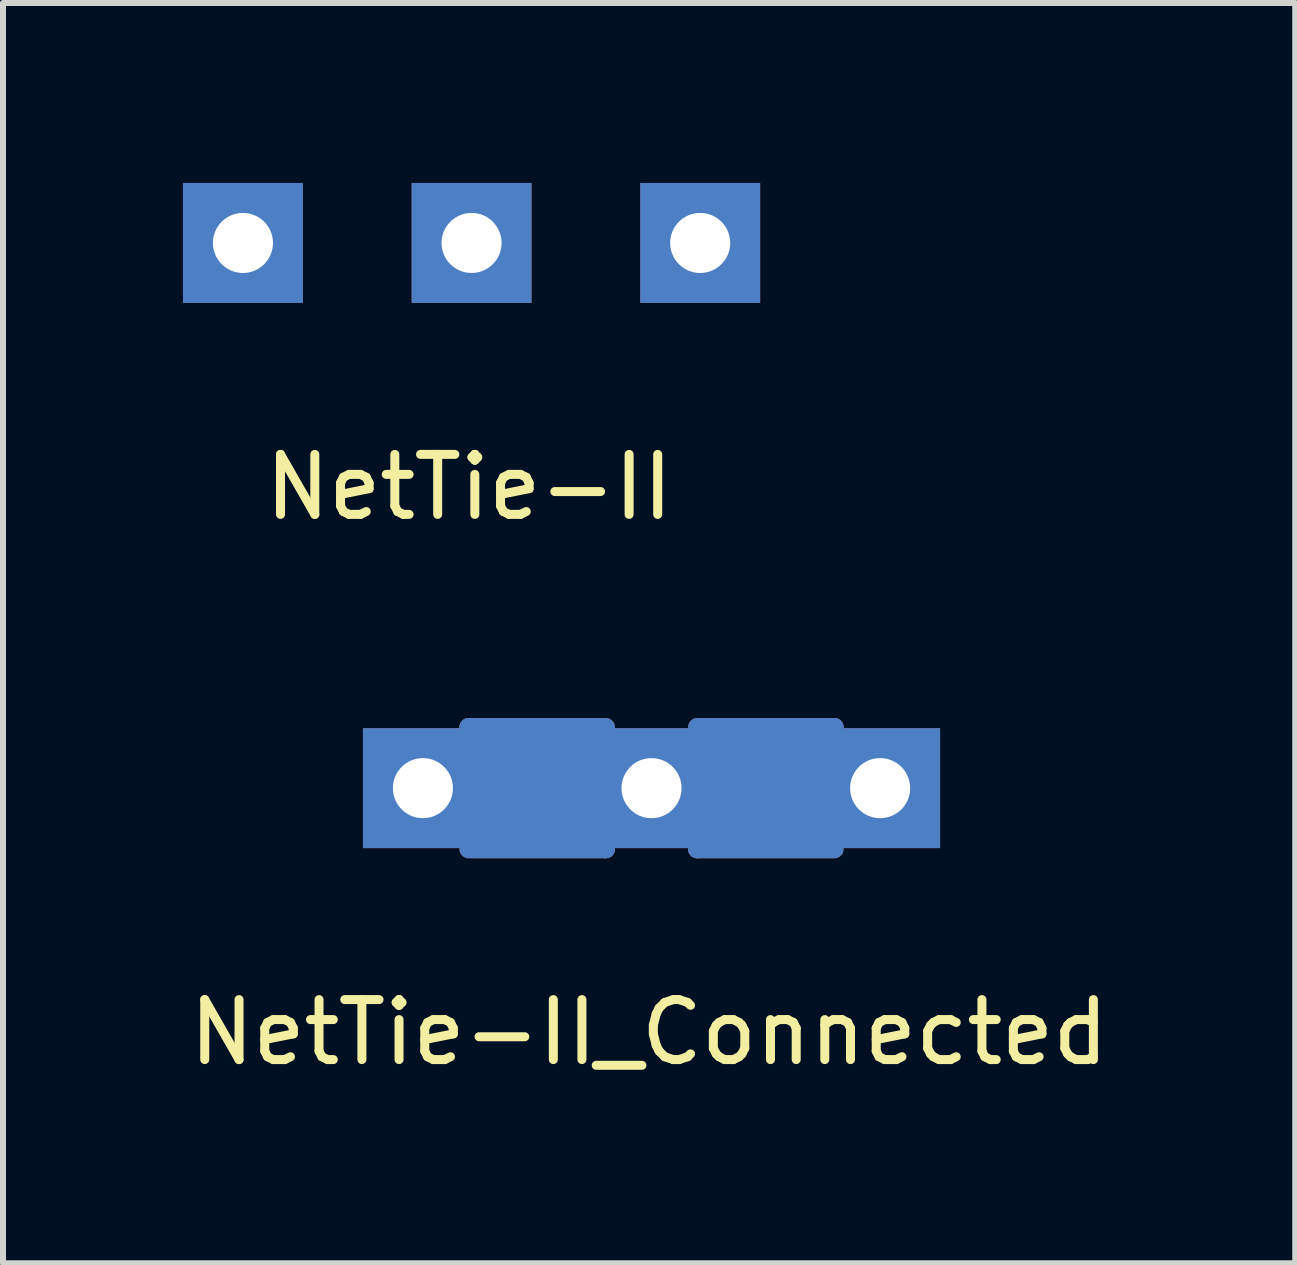
<source format=kicad_pcb>
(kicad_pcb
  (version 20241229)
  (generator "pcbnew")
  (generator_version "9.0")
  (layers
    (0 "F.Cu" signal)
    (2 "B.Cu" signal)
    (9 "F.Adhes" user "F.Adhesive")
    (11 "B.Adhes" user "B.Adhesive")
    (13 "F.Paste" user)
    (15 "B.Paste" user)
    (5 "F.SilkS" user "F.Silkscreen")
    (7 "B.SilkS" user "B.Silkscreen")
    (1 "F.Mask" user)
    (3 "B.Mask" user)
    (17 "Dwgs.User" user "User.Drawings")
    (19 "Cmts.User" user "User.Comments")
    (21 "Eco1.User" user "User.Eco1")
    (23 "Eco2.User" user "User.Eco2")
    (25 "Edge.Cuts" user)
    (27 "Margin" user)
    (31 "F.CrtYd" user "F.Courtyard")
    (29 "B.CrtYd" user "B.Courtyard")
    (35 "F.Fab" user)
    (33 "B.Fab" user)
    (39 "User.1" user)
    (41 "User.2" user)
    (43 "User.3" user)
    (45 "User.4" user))
  (footprint "NetTie-II_Connected"
    (layer "F.Cu")
    (at 7.808 10.085)
    (property "Reference" "NetTie-II_Connected" (at -0.041 4.069 0) (layer "F.SilkS") (effects (font (size 1 1) (thickness 0.15))))
    (attr through_hole)
    (fp_line (start -3.048 -1.016) (end -0.762 -1.016) (stroke (width 0.305) (type solid)) (layer "F.Cu"))
    (fp_line (start -3.048 -0.762) (end -3.048 -1.016) (stroke (width 0.305) (type solid)) (layer "F.Cu"))
    (fp_line (start -3.048 -0.508) (end -0.762 -0.508) (stroke (width 0.305) (type solid)) (layer "F.Cu"))
    (fp_line (start -3.048 -0.254) (end -3.048 -0.508) (stroke (width 0.305) (type solid)) (layer "F.Cu"))
    (fp_line (start -3.048 0) (end -0.762 0) (stroke (width 0.305) (type solid)) (layer "F.Cu"))
    (fp_line (start -3.048 0.254) (end -3.048 0) (stroke (width 0.305) (type solid)) (layer "F.Cu"))
    (fp_line (start -3.048 0.508) (end -0.762 0.508) (stroke (width 0.305) (type solid)) (layer "F.Cu"))
    (fp_line (start -3.048 0.762) (end -3.048 0.508) (stroke (width 0.305) (type solid)) (layer "F.Cu"))
    (fp_line (start -3.048 1.016) (end -0.762 1.016) (stroke (width 0.305) (type solid)) (layer "F.Cu"))
    (fp_line (start -0.762 -0.762) (end -3.048 -0.762) (stroke (width 0.305) (type solid)) (layer "F.Cu"))
    (fp_line (start -0.762 -0.508) (end -0.762 -0.762) (stroke (width 0.305) (type solid)) (layer "F.Cu"))
    (fp_line (start -0.762 -0.254) (end -3.048 -0.254) (stroke (width 0.305) (type solid)) (layer "F.Cu"))
    (fp_line (start -0.762 0) (end -0.762 -0.254) (stroke (width 0.305) (type solid)) (layer "F.Cu"))
    (fp_line (start -0.762 0.254) (end -3.048 0.254) (stroke (width 0.305) (type solid)) (layer "F.Cu"))
    (fp_line (start -0.762 0.508) (end -0.762 0.254) (stroke (width 0.305) (type solid)) (layer "F.Cu"))
    (fp_line (start -0.762 0.762) (end -3.048 0.762) (stroke (width 0.305) (type solid)) (layer "F.Cu"))
    (fp_line (start -0.762 1.016) (end -0.762 0.762) (stroke (width 0.305) (type solid)) (layer "F.Cu"))
    (fp_line (start 0.762 -1.016) (end 3.048 -1.016) (stroke (width 0.305) (type solid)) (layer "F.Cu"))
    (fp_line (start 0.762 -0.762) (end 0.762 -0.508) (stroke (width 0.305) (type solid)) (layer "F.Cu"))
    (fp_line (start 0.762 -0.508) (end 3.048 -0.508) (stroke (width 0.305) (type solid)) (layer "F.Cu"))
    (fp_line (start 0.762 -0.254) (end 0.762 0) (stroke (width 0.305) (type solid)) (layer "F.Cu"))
    (fp_line (start 0.762 0) (end 3.048 0) (stroke (width 0.305) (type solid)) (layer "F.Cu"))
    (fp_line (start 0.762 0.254) (end 0.762 0.508) (stroke (width 0.305) (type solid)) (layer "F.Cu"))
    (fp_line (start 0.762 0.508) (end 3.048 0.508) (stroke (width 0.305) (type solid)) (layer "F.Cu"))
    (fp_line (start 0.762 0.762) (end 0.762 1.016) (stroke (width 0.305) (type solid)) (layer "F.Cu"))
    (fp_line (start 0.762 1.016) (end 3.048 1.016) (stroke (width 0.305) (type solid)) (layer "F.Cu"))
    (fp_line (start 3.048 -1.016) (end 3.048 -0.762) (stroke (width 0.305) (type solid)) (layer "F.Cu"))
    (fp_line (start 3.048 -0.762) (end 0.762 -0.762) (stroke (width 0.305) (type solid)) (layer "F.Cu"))
    (fp_line (start 3.048 -0.508) (end 3.048 -0.254) (stroke (width 0.305) (type solid)) (layer "F.Cu"))
    (fp_line (start 3.048 -0.254) (end 0.762 -0.254) (stroke (width 0.305) (type solid)) (layer "F.Cu"))
    (fp_line (start 3.048 0) (end 3.048 0.254) (stroke (width 0.305) (type solid)) (layer "F.Cu"))
    (fp_line (start 3.048 0.254) (end 0.762 0.254) (stroke (width 0.305) (type solid)) (layer "F.Cu"))
    (fp_line (start 3.048 0.508) (end 3.048 0.762) (stroke (width 0.305) (type solid)) (layer "F.Cu"))
    (fp_line (start 3.048 0.762) (end 0.762 0.762) (stroke (width 0.305) (type solid)) (layer "F.Cu"))
    (fp_line (start -3.048 -1.016) (end -0.762 -1.016) (stroke (width 0.305) (type solid)) (layer "B.Cu"))
    (fp_line (start -3.048 -0.762) (end -3.048 -1.016) (stroke (width 0.305) (type solid)) (layer "B.Cu"))
    (fp_line (start -3.048 -0.508) (end -0.762 -0.508) (stroke (width 0.305) (type solid)) (layer "B.Cu"))
    (fp_line (start -3.048 -0.254) (end -3.048 -0.508) (stroke (width 0.305) (type solid)) (layer "B.Cu"))
    (fp_line (start -3.048 0) (end -0.762 0) (stroke (width 0.305) (type solid)) (layer "B.Cu"))
    (fp_line (start -3.048 0.254) (end -3.048 0) (stroke (width 0.305) (type solid)) (layer "B.Cu"))
    (fp_line (start -3.048 0.508) (end -0.762 0.508) (stroke (width 0.305) (type solid)) (layer "B.Cu"))
    (fp_line (start -3.048 0.762) (end -3.048 0.508) (stroke (width 0.305) (type solid)) (layer "B.Cu"))
    (fp_line (start -3.048 1.016) (end -0.762 1.016) (stroke (width 0.305) (type solid)) (layer "B.Cu"))
    (fp_line (start -0.762 -0.762) (end -3.048 -0.762) (stroke (width 0.305) (type solid)) (layer "B.Cu"))
    (fp_line (start -0.762 -0.508) (end -0.762 -0.762) (stroke (width 0.305) (type solid)) (layer "B.Cu"))
    (fp_line (start -0.762 -0.254) (end -3.048 -0.254) (stroke (width 0.305) (type solid)) (layer "B.Cu"))
    (fp_line (start -0.762 0) (end -0.762 -0.254) (stroke (width 0.305) (type solid)) (layer "B.Cu"))
    (fp_line (start -0.762 0.254) (end -3.048 0.254) (stroke (width 0.305) (type solid)) (layer "B.Cu"))
    (fp_line (start -0.762 0.508) (end -0.762 0.254) (stroke (width 0.305) (type solid)) (layer "B.Cu"))
    (fp_line (start -0.762 0.762) (end -3.048 0.762) (stroke (width 0.305) (type solid)) (layer "B.Cu"))
    (fp_line (start -0.762 1.016) (end -0.762 0.762) (stroke (width 0.305) (type solid)) (layer "B.Cu"))
    (fp_line (start 0.762 -1.016) (end 3.048 -1.016) (stroke (width 0.305) (type solid)) (layer "B.Cu"))
    (fp_line (start 0.762 -0.762) (end 0.762 -0.508) (stroke (width 0.305) (type solid)) (layer "B.Cu"))
    (fp_line (start 0.762 -0.508) (end 3.048 -0.508) (stroke (width 0.305) (type solid)) (layer "B.Cu"))
    (fp_line (start 0.762 -0.254) (end 0.762 0) (stroke (width 0.305) (type solid)) (layer "B.Cu"))
    (fp_line (start 0.762 0) (end 3.048 0) (stroke (width 0.305) (type solid)) (layer "B.Cu"))
    (fp_line (start 0.762 0.254) (end 0.762 0.508) (stroke (width 0.305) (type solid)) (layer "B.Cu"))
    (fp_line (start 0.762 0.508) (end 3.048 0.508) (stroke (width 0.305) (type solid)) (layer "B.Cu"))
    (fp_line (start 0.762 0.762) (end 0.762 1.016) (stroke (width 0.305) (type solid)) (layer "B.Cu"))
    (fp_line (start 0.762 1.016) (end 3.048 1.016) (stroke (width 0.305) (type solid)) (layer "B.Cu"))
    (fp_line (start 3.048 -1.016) (end 3.048 -0.762) (stroke (width 0.305) (type solid)) (layer "B.Cu"))
    (fp_line (start 3.048 -0.762) (end 0.762 -0.762) (stroke (width 0.305) (type solid)) (layer "B.Cu"))
    (fp_line (start 3.048 -0.508) (end 3.048 -0.254) (stroke (width 0.305) (type solid)) (layer "B.Cu"))
    (fp_line (start 3.048 -0.254) (end 0.762 -0.254) (stroke (width 0.305) (type solid)) (layer "B.Cu"))
    (fp_line (start 3.048 0) (end 3.048 0.254) (stroke (width 0.305) (type solid)) (layer "B.Cu"))
    (fp_line (start 3.048 0.254) (end 0.762 0.254) (stroke (width 0.305) (type solid)) (layer "B.Cu"))
    (fp_line (start 3.048 0.508) (end 3.048 0.762) (stroke (width 0.305) (type solid)) (layer "B.Cu"))
    (fp_line (start 3.048 0.762) (end 0.762 0.762) (stroke (width 0.305) (type solid)) (layer "B.Cu"))
    (pad "1" thru_hole rect (at -3.81 0) (size 1.999 1.999) (drill 1.001) (layers "*.Cu" "*.Mask"))
    (pad "2" thru_hole rect (at 0 0) (size 1.999 1.999) (drill 1.001) (layers "*.Cu" "*.Mask"))
    (pad "3" thru_hole rect (at 3.81 0) (size 1.999 1.999) (drill 1.001) (layers "*.Cu" "*.Mask")))
  (footprint "NetTie-II"
    (layer "F.Cu")
    (at 4.809 0.999)
    (property "Reference" "NetTie-II" (at -0.041 4.069 0) (layer "F.SilkS") (effects (font (size 1 1) (thickness 0.15))))
    (attr through_hole)
    (pad "1" thru_hole rect (at -3.81 0) (size 1.999 1.999) (drill 1.001) (layers "*.Cu" "*.Mask"))
    (pad "2" thru_hole rect (at 0 0) (size 1.999 1.999) (drill 1.001) (layers "*.Cu" "*.Mask"))
    (pad "3" thru_hole rect (at 3.81 0) (size 1.999 1.999) (drill 1.001) (layers "*.Cu" "*.Mask")))
  (gr_rect
    (start -3 -3)
    (end 18.536 18.003)
    (stroke (width 0.1) (type default))
    (fill no)
    (layer "Edge.Cuts")))
</source>
